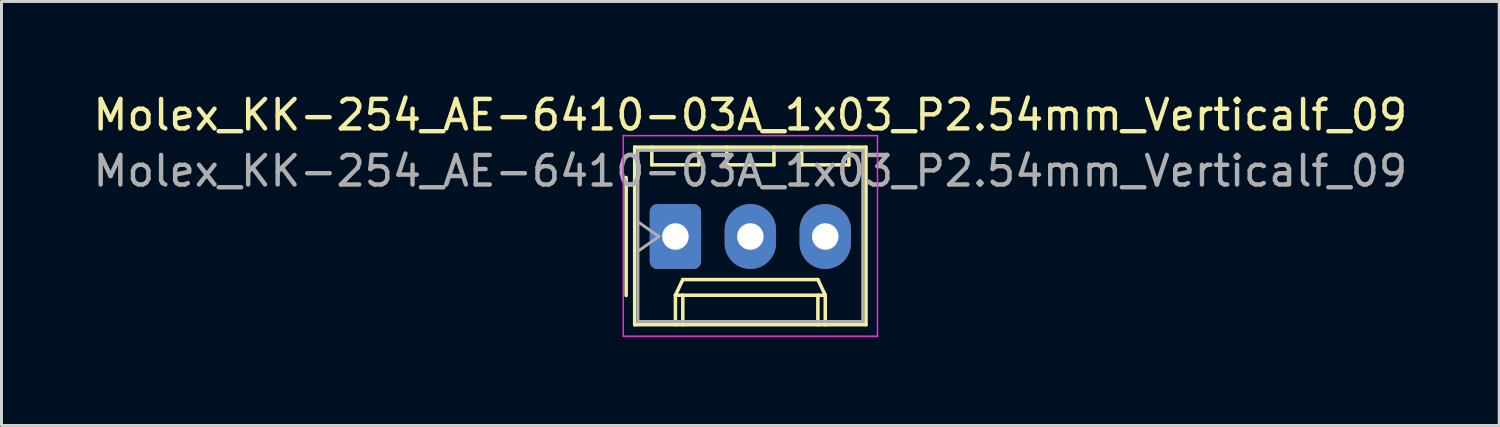
<source format=kicad_pcb>
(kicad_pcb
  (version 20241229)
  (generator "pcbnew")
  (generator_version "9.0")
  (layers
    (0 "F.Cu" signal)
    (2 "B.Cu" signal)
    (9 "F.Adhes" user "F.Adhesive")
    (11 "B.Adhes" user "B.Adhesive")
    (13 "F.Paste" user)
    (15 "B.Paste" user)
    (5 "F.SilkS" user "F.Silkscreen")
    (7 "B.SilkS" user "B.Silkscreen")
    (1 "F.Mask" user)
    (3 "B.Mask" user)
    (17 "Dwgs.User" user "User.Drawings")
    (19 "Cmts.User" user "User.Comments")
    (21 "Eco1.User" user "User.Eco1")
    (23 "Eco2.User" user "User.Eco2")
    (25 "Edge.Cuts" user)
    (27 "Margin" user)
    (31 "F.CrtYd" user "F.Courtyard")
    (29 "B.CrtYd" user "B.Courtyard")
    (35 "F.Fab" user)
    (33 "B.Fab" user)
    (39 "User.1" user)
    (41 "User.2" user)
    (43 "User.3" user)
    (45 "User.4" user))
  (footprint "Molex_KK-254_AE-6410-03A_1x03_P2.54mm_Verticalf_09"
    (layer "F.Cu")
    (at 19.847 4.968)
    (property "Reference" "Molex_KK-254_AE-6410-03A_1x03_P2.54mm_Verticalf_09" (at 2.54 -4.12 0) (layer "F.SilkS") (effects (font (size 1 1) (thickness 0.15))))
    (attr through_hole)
    (fp_line (start -1.67 -2) (end -1.67 2) (stroke (width 0.12) (type solid)) (layer "F.SilkS"))
    (fp_line (start -1.38 -3.03) (end -1.38 2.99) (stroke (width 0.12) (type solid)) (layer "F.SilkS"))
    (fp_line (start -1.38 2.99) (end 6.46 2.99) (stroke (width 0.12) (type solid)) (layer "F.SilkS"))
    (fp_line (start -0.8 -3.03) (end -0.8 -2.43) (stroke (width 0.12) (type solid)) (layer "F.SilkS"))
    (fp_line (start -0.8 -2.43) (end 0.8 -2.43) (stroke (width 0.12) (type solid)) (layer "F.SilkS"))
    (fp_line (start 0 1.99) (end 0.25 1.46) (stroke (width 0.12) (type solid)) (layer "F.SilkS"))
    (fp_line (start 0 1.99) (end 5.08 1.99) (stroke (width 0.12) (type solid)) (layer "F.SilkS"))
    (fp_line (start 0 2.99) (end 0 1.99) (stroke (width 0.12) (type solid)) (layer "F.SilkS"))
    (fp_line (start 0.25 1.46) (end 4.83 1.46) (stroke (width 0.12) (type solid)) (layer "F.SilkS"))
    (fp_line (start 0.25 2.99) (end 0.25 1.99) (stroke (width 0.12) (type solid)) (layer "F.SilkS"))
    (fp_line (start 0.8 -2.43) (end 0.8 -3.03) (stroke (width 0.12) (type solid)) (layer "F.SilkS"))
    (fp_line (start 1.74 -3.03) (end 1.74 -2.43) (stroke (width 0.12) (type solid)) (layer "F.SilkS"))
    (fp_line (start 1.74 -2.43) (end 3.34 -2.43) (stroke (width 0.12) (type solid)) (layer "F.SilkS"))
    (fp_line (start 3.34 -2.43) (end 3.34 -3.03) (stroke (width 0.12) (type solid)) (layer "F.SilkS"))
    (fp_line (start 4.28 -3.03) (end 4.28 -2.43) (stroke (width 0.12) (type solid)) (layer "F.SilkS"))
    (fp_line (start 4.28 -2.43) (end 5.88 -2.43) (stroke (width 0.12) (type solid)) (layer "F.SilkS"))
    (fp_line (start 4.83 1.46) (end 5.08 1.99) (stroke (width 0.12) (type solid)) (layer "F.SilkS"))
    (fp_line (start 4.83 2.99) (end 4.83 1.99) (stroke (width 0.12) (type solid)) (layer "F.SilkS"))
    (fp_line (start 5.08 1.99) (end 5.08 2.99) (stroke (width 0.12) (type solid)) (layer "F.SilkS"))
    (fp_line (start 5.88 -2.43) (end 5.88 -3.03) (stroke (width 0.12) (type solid)) (layer "F.SilkS"))
    (fp_line (start 6.46 -3.03) (end -1.38 -3.03) (stroke (width 0.12) (type solid)) (layer "F.SilkS"))
    (fp_line (start 6.46 2.99) (end 6.46 -3.03) (stroke (width 0.12) (type solid)) (layer "F.SilkS"))
    (fp_line (start -1.77 -3.42) (end -1.77 3.38) (stroke (width 0.05) (type solid)) (layer "F.CrtYd"))
    (fp_line (start -1.77 3.38) (end 6.85 3.38) (stroke (width 0.05) (type solid)) (layer "F.CrtYd"))
    (fp_line (start 6.85 -3.42) (end -1.77 -3.42) (stroke (width 0.05) (type solid)) (layer "F.CrtYd"))
    (fp_line (start 6.85 3.38) (end 6.85 -3.42) (stroke (width 0.05) (type solid)) (layer "F.CrtYd"))
    (fp_line (start -1.27 -2.92) (end -1.27 2.88) (stroke (width 0.1) (type solid)) (layer "F.Fab"))
    (fp_line (start -1.27 -0.5) (end -0.563 0) (stroke (width 0.1) (type solid)) (layer "F.Fab"))
    (fp_line (start -1.27 2.88) (end 6.35 2.88) (stroke (width 0.1) (type solid)) (layer "F.Fab"))
    (fp_line (start -0.563 0) (end -1.27 0.5) (stroke (width 0.1) (type solid)) (layer "F.Fab"))
    (fp_line (start 6.35 -2.92) (end -1.27 -2.92) (stroke (width 0.1) (type solid)) (layer "F.Fab"))
    (fp_line (start 6.35 2.88) (end 6.35 -2.92) (stroke (width 0.1) (type solid)) (layer "F.Fab"))
    (fp_text user "${REFERENCE}" (at 2.54 -2.22 0) (layer "F.Fab") (effects (font (size 1 1) (thickness 0.15))))
    (pad "1" thru_hole roundrect (at 0 0) (size 1.74 2.2) (drill 0.9) (layers "*.Cu" "*.Mask") (roundrect_rratio 0.144))
    (pad "2" thru_hole oval (at 2.54 0) (size 1.74 2.2) (drill 0.9) (layers "*.Cu" "*.Mask"))
    (pad "3" thru_hole oval (at 5.08 0) (size 1.74 2.2) (drill 0.9) (layers "*.Cu" "*.Mask")))
  (gr_rect
    (start -3 -3)
    (end 47.774 11.373)
    (stroke (width 0.1) (type default))
    (fill no)
    (layer "Edge.Cuts")))
</source>
